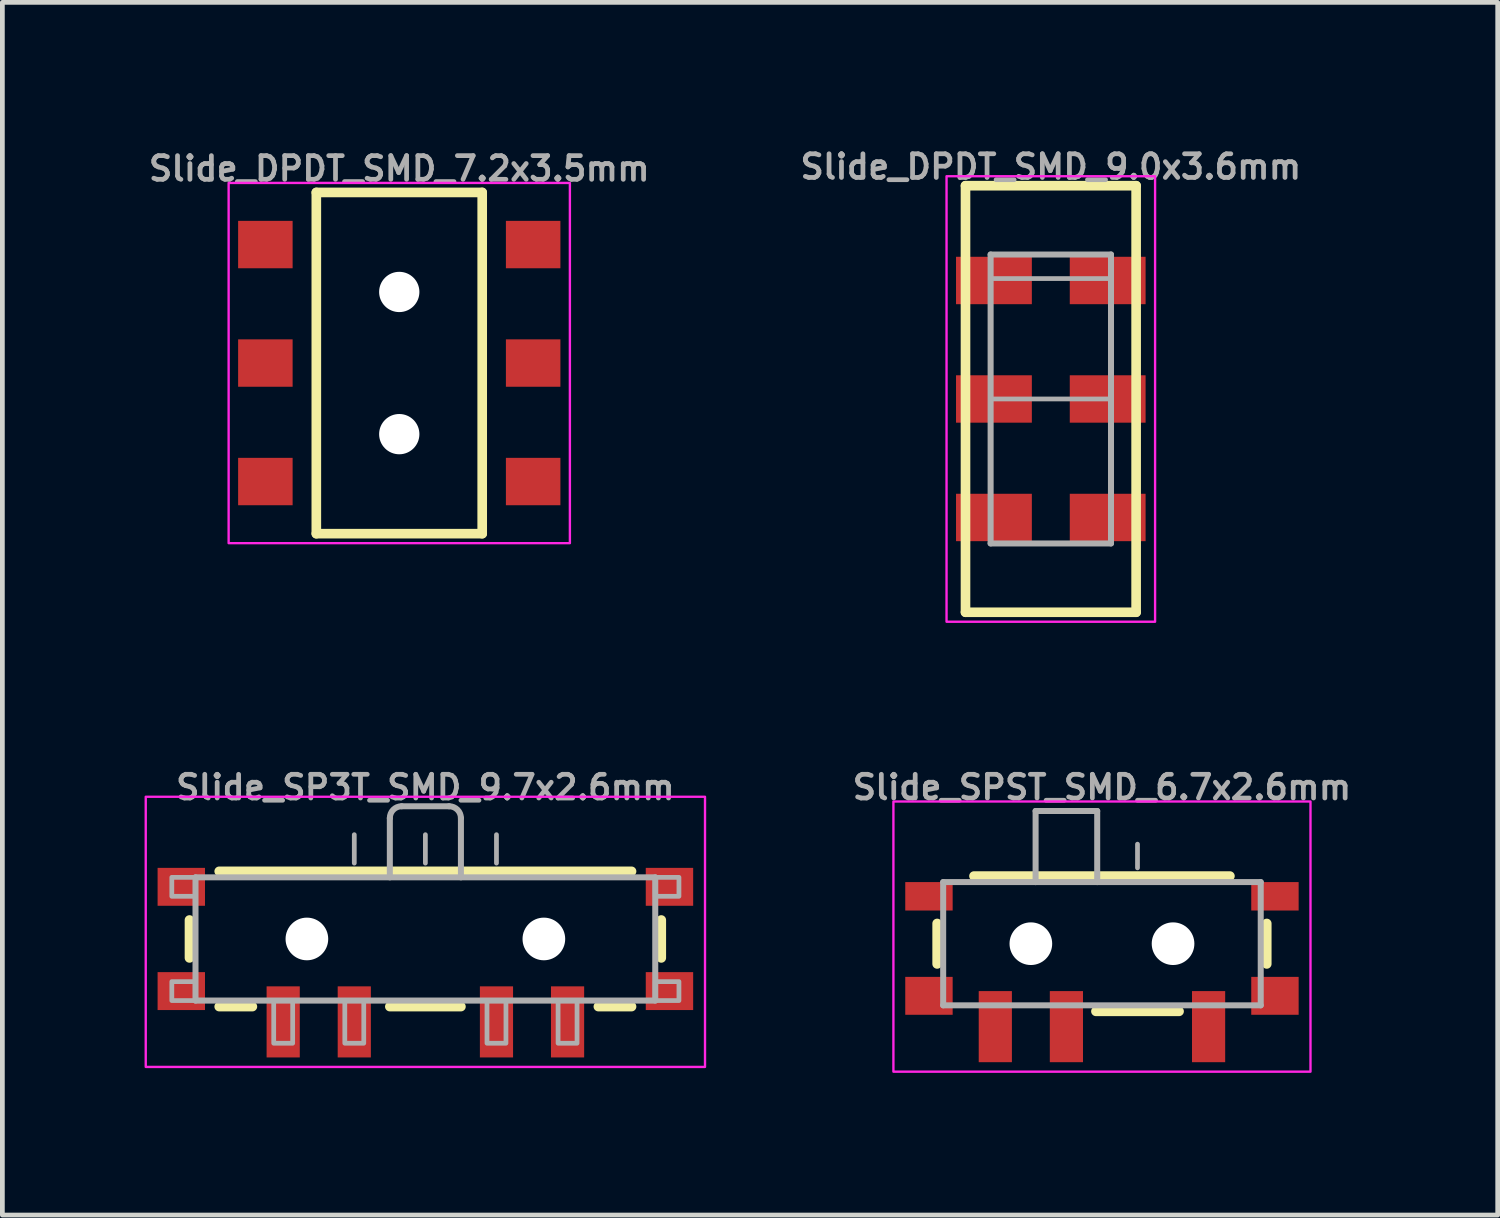
<source format=kicad_pcb>
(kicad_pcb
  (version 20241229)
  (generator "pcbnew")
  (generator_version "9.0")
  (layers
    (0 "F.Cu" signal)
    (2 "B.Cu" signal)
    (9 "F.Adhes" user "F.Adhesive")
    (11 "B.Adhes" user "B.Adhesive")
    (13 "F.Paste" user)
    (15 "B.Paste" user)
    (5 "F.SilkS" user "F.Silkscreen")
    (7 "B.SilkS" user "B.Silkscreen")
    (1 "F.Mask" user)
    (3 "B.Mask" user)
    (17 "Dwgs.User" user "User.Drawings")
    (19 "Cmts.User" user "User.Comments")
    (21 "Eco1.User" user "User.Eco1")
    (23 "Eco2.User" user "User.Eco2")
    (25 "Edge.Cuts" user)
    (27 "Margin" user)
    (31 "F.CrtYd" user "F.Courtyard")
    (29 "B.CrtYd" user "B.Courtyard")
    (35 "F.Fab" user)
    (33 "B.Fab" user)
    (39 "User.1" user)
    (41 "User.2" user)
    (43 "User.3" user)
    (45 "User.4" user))
  (footprint "Slide_SP3T_SMD_9.7x2.6mm"
    (layer "F.Cu")
    (at 5.925 16.761)
    (property "Reference" "Slide_SP3T_SMD_9.7x2.6mm" (at 0 -3.2 0) (layer "F.Fab") (effects (font (size 0.5 0.5) (thickness 0.1))))
    (attr smd)
    (fp_line (start -4.977 0.4) (end -4.977 -0.4) (stroke (width 0.203) (type solid)) (layer "F.SilkS"))
    (fp_line (start -4.35 -1.427) (end 4.35 -1.427) (stroke (width 0.203) (type solid)) (layer "F.SilkS"))
    (fp_line (start -3.65 1.427) (end -4.35 1.427) (stroke (width 0.203) (type solid)) (layer "F.SilkS"))
    (fp_line (start 0.75 1.427) (end -0.75 1.427) (stroke (width 0.203) (type solid)) (layer "F.SilkS"))
    (fp_line (start 4.35 1.427) (end 3.65 1.427) (stroke (width 0.203) (type solid)) (layer "F.SilkS"))
    (fp_line (start 4.977 -0.4) (end 4.977 0.4) (stroke (width 0.203) (type solid)) (layer "F.SilkS"))
    (fp_rect (start -5.9 -3) (end 5.9 2.7) (stroke (width 0.05) (type default)) (fill no) (layer "F.CrtYd"))
    (fp_line (start -4.85 -1.3) (end 4.85 -1.3) (stroke (width 0.127) (type solid)) (layer "F.Fab"))
    (fp_line (start -4.85 1.3) (end -4.85 -1.3) (stroke (width 0.127) (type solid)) (layer "F.Fab"))
    (fp_line (start -1.5 -2.2) (end -1.5 -1.6) (stroke (width 0.1) (type default)) (layer "F.Fab"))
    (fp_line (start -0.75 -2.55) (end -0.75 -1.3) (stroke (width 0.127) (type solid)) (layer "F.Fab"))
    (fp_line (start 0 -2.2) (end 0 -1.6) (stroke (width 0.1) (type default)) (layer "F.Fab"))
    (fp_line (start 0.5 -2.8) (end -0.5 -2.8) (stroke (width 0.127) (type solid)) (layer "F.Fab"))
    (fp_line (start 0.75 -1.3) (end 0.75 -2.55) (stroke (width 0.127) (type solid)) (layer "F.Fab"))
    (fp_line (start 1.5 -2.2) (end 1.5 -1.6) (stroke (width 0.1) (type default)) (layer "F.Fab"))
    (fp_line (start 4.85 -1.3) (end 4.85 1.3) (stroke (width 0.127) (type solid)) (layer "F.Fab"))
    (fp_line (start 4.85 1.3) (end -4.85 1.3) (stroke (width 0.127) (type solid)) (layer "F.Fab"))
    (fp_arc (start -0.75 -2.55) (mid -0.676777 -2.726777) (end -0.5 -2.8) (stroke (width 0.127) (type solid)) (layer "F.Fab"))
    (fp_arc (start 0.5 -2.8) (mid 0.676777 -2.726777) (end 0.75 -2.55) (stroke (width 0.127) (type solid)) (layer "F.Fab"))
    (fp_poly (pts (xy -4.85 -1.3) (xy -5.35 -1.3) (xy -5.35 -0.9) (xy -4.85 -0.9)) (stroke (width 0.1) (type default)) (fill no) (layer "F.Fab"))
    (fp_poly (pts (xy -4.85 0.9) (xy -5.35 0.9) (xy -5.35 1.3) (xy -4.85 1.3)) (stroke (width 0.1) (type default)) (fill no) (layer "F.Fab"))
    (fp_poly (pts (xy -3.2 2.2) (xy -2.8 2.2) (xy -2.8 1.3) (xy -3.2 1.3)) (stroke (width 0.1) (type default)) (fill no) (layer "F.Fab"))
    (fp_poly (pts (xy -1.7 2.2) (xy -1.3 2.2) (xy -1.3 1.3) (xy -1.7 1.3)) (stroke (width 0.1) (type default)) (fill no) (layer "F.Fab"))
    (fp_poly (pts (xy 1.3 2.2) (xy 1.7 2.2) (xy 1.7 1.3) (xy 1.3 1.3)) (stroke (width 0.1) (type default)) (fill no) (layer "F.Fab"))
    (fp_poly (pts (xy 2.8 2.2) (xy 3.2 2.2) (xy 3.2 1.3) (xy 2.8 1.3)) (stroke (width 0.1) (type default)) (fill no) (layer "F.Fab"))
    (fp_poly (pts (xy 4.85 -0.9) (xy 5.35 -0.9) (xy 5.35 -1.3) (xy 4.85 -1.3)) (stroke (width 0.1) (type default)) (fill no) (layer "F.Fab"))
    (fp_poly (pts (xy 4.85 1.3) (xy 5.35 1.3) (xy 5.35 0.9) (xy 4.85 0.9)) (stroke (width 0.1) (type default)) (fill no) (layer "F.Fab"))
    (pad "" np_thru_hole circle (at -2.5 0) (size 0.9 0.9) (drill 0.9) (layers "*.Cu" "*.Mask"))
    (pad "" np_thru_hole circle (at 2.5 0) (size 0.9 0.9) (drill 0.9) (layers "*.Cu" "*.Mask"))
    (pad "1" smd rect (at 3 1.75 180) (size 0.7 1.5) (layers "F.Cu" "F.Mask" "F.Paste"))
    (pad "2" smd rect (at 1.5 1.75 180) (size 0.7 1.5) (layers "F.Cu" "F.Mask" "F.Paste"))
    (pad "3" smd rect (at -1.5 1.75 180) (size 0.7 1.5) (layers "F.Cu" "F.Mask" "F.Paste"))
    (pad "4" smd rect (at -3 1.75 180) (size 0.7 1.5) (layers "F.Cu" "F.Mask" "F.Paste"))
    (pad "MT1" smd rect (at -5.15 -1.1 180) (size 1 0.8) (layers "F.Cu" "F.Mask" "F.Paste"))
    (pad "MT2" smd rect (at -5.15 1.1 180) (size 1 0.8) (layers "F.Cu" "F.Mask" "F.Paste"))
    (pad "MT3" smd rect (at 5.15 1.1 180) (size 1 0.8) (layers "F.Cu" "F.Mask" "F.Paste"))
    (pad "MT4" smd rect (at 5.15 -1.1 180) (size 1 0.8) (layers "F.Cu" "F.Mask" "F.Paste")))
  (footprint "Slide_SPST_SMD_6.7x2.6mm"
    (layer "F.Cu")
    (at 20.2 16.861)
    (property "Reference" "Slide_SPST_SMD_6.7x2.6mm" (at 0 -3.3 0) (layer "F.Fab") (effects (font (size 0.5 0.5) (thickness 0.1))))
    (attr smd)
    (fp_line (start -3.477 -0.427) (end -3.477 0.427) (stroke (width 0.203) (type solid)) (layer "F.SilkS"))
    (fp_line (start 1.627 1.427) (end -0.127 1.427) (stroke (width 0.203) (type solid)) (layer "F.SilkS"))
    (fp_line (start 2.7 -1.427) (end -2.7 -1.427) (stroke (width 0.203) (type solid)) (layer "F.SilkS"))
    (fp_line (start 3.477 -0.427) (end 3.477 0.427) (stroke (width 0.203) (type solid)) (layer "F.SilkS"))
    (fp_rect (start 4.4 -3) (end -4.4 2.7) (stroke (width 0.05) (type default)) (fill no) (layer "F.CrtYd"))
    (fp_line (start -3.35 -1.3) (end -3.35 1.3) (stroke (width 0.127) (type solid)) (layer "F.Fab"))
    (fp_line (start -3.35 1.3) (end 3.35 1.3) (stroke (width 0.127) (type solid)) (layer "F.Fab"))
    (fp_line (start -1.4 -2.8) (end -1.4 -1.3) (stroke (width 0.127) (type solid)) (layer "F.Fab"))
    (fp_line (start -1.4 -1.3) (end -3.35 -1.3) (stroke (width 0.127) (type solid)) (layer "F.Fab"))
    (fp_line (start -0.1 -2.8) (end -1.4 -2.8) (stroke (width 0.127) (type solid)) (layer "F.Fab"))
    (fp_line (start -0.1 -1.3) (end -1.4 -1.3) (stroke (width 0.127) (type solid)) (layer "F.Fab"))
    (fp_line (start -0.1 -1.3) (end -0.1 -2.8) (stroke (width 0.127) (type solid)) (layer "F.Fab"))
    (fp_line (start 0.75 -1.6) (end 0.75 -2.1) (stroke (width 0.1) (type default)) (layer "F.Fab"))
    (fp_line (start 3.35 -1.3) (end -0.1 -1.3) (stroke (width 0.127) (type solid)) (layer "F.Fab"))
    (fp_line (start 3.35 1.3) (end 3.35 -1.3) (stroke (width 0.127) (type solid)) (layer "F.Fab"))
    (pad "" np_thru_hole circle (at -1.5 0) (size 0.9 0.9) (drill 0.9) (layers "*.Cu" "*.Mask"))
    (pad "" np_thru_hole circle (at 1.5 0) (size 0.9 0.9) (drill 0.9) (layers "*.Cu" "*.Mask"))
    (pad "1" smd rect (at -2.25 1.75 180) (size 0.7 1.5) (layers "F.Cu" "F.Mask" "F.Paste"))
    (pad "2" smd rect (at -0.75 1.75 180) (size 0.7 1.5) (layers "F.Cu" "F.Mask" "F.Paste"))
    (pad "3" smd rect (at 2.25 1.75 180) (size 0.7 1.5) (layers "F.Cu" "F.Mask" "F.Paste"))
    (pad "MT1" smd rect (at -3.65 -1) (size 1 0.6) (layers "F.Cu" "F.Mask" "F.Paste"))
    (pad "MT2" smd rect (at -3.65 1.1) (size 1 0.8) (layers "F.Cu" "F.Mask" "F.Paste"))
    (pad "MT3" smd rect (at 3.65 1.1) (size 1 0.8) (layers "F.Cu" "F.Mask" "F.Paste"))
    (pad "MT4" smd rect (at 3.65 -1) (size 1 0.6) (layers "F.Cu" "F.Mask" "F.Paste")))
  (footprint "Slide_DPDT_SMD_9.0x3.6mm"
    (layer "F.Cu")
    (at 19.121 5.368)
    (property "Reference" "Slide_DPDT_SMD_9.0x3.6mm" (at 0 -4.9 0) (layer "F.Fab") (effects (font (size 0.5 0.5) (thickness 0.1))))
    (attr smd)
    (fp_line (start -1.8 -4.5) (end 1.8 -4.5) (stroke (width 0.203) (type solid)) (layer "F.SilkS"))
    (fp_line (start -1.8 4.5) (end -1.8 -4.5) (stroke (width 0.203) (type solid)) (layer "F.SilkS"))
    (fp_line (start 1.8 -4.5) (end 1.8 4.5) (stroke (width 0.203) (type solid)) (layer "F.SilkS"))
    (fp_line (start 1.8 4.5) (end -1.8 4.5) (stroke (width 0.203) (type solid)) (layer "F.SilkS"))
    (fp_rect (start 2.2 -4.7) (end -2.2 4.7) (stroke (width 0.05) (type default)) (fill no) (layer "F.CrtYd"))
    (fp_line (start -1.27 -3.048) (end 1.27 -3.048) (stroke (width 0.127) (type solid)) (layer "F.Fab"))
    (fp_line (start -1.27 3.048) (end -1.27 -3.048) (stroke (width 0.127) (type solid)) (layer "F.Fab"))
    (fp_line (start 1.27 -3.048) (end 1.27 3.048) (stroke (width 0.127) (type solid)) (layer "F.Fab"))
    (fp_line (start 1.27 3.048) (end -1.27 3.048) (stroke (width 0.127) (type solid)) (layer "F.Fab"))
    (fp_poly (pts (xy -1.27 -2.54) (xy -1.27 0) (xy 1.27 0) (xy 1.27 -2.54)) (stroke (width 0.1) (type default)) (fill no) (layer "F.Fab"))
    (pad "1" smd rect (at -1.2 2.5 270) (size 1 1.6) (layers "F.Cu" "F.Mask" "F.Paste"))
    (pad "2" smd rect (at -1.2 0 270) (size 1 1.6) (layers "F.Cu" "F.Mask" "F.Paste"))
    (pad "3" smd rect (at -1.2 -2.5 270) (size 1 1.6) (layers "F.Cu" "F.Mask" "F.Paste"))
    (pad "4" smd rect (at 1.2 2.5 270) (size 1 1.6) (layers "F.Cu" "F.Mask" "F.Paste"))
    (pad "5" smd rect (at 1.2 0 270) (size 1 1.6) (layers "F.Cu" "F.Mask" "F.Paste"))
    (pad "6" smd rect (at 1.2 -2.5 270) (size 1 1.6) (layers "F.Cu" "F.Mask" "F.Paste")))
  (footprint "Slide_DPDT_SMD_7.2x3.5mm"
    (layer "F.Cu")
    (at 5.374 4.61)
    (property "Reference" "Slide_DPDT_SMD_7.2x3.5mm" (at 0 -3.81 180) (layer "F.Fab") (effects (font (size 0.5 0.5) (thickness 0.1)) (justify bottom)))
    (attr smd)
    (fp_line (start -1.75 -3.6) (end -1.75 3.6) (stroke (width 0.203) (type solid)) (layer "F.SilkS"))
    (fp_line (start -1.75 3.6) (end 1.75 3.6) (stroke (width 0.203) (type solid)) (layer "F.SilkS"))
    (fp_line (start 1.75 -3.6) (end -1.75 -3.6) (stroke (width 0.203) (type solid)) (layer "F.SilkS"))
    (fp_line (start 1.75 3.6) (end 1.75 -3.6) (stroke (width 0.203) (type solid)) (layer "F.SilkS"))
    (fp_rect (start -3.6 -3.8) (end 3.6 3.8) (stroke (width 0.05) (type default)) (fill no) (layer "F.CrtYd"))
    (pad "" np_thru_hole circle (at 0 -1.5 90) (size 0.85 0.85) (drill 0.85) (layers "*.Cu" "*.Mask"))
    (pad "" np_thru_hole circle (at 0 1.5 90) (size 0.85 0.85) (drill 0.85) (layers "*.Cu" "*.Mask"))
    (pad "1" smd rect (at -2.825 2.5 90) (size 1 1.15) (layers "F.Cu" "F.Mask" "F.Paste"))
    (pad "2" smd rect (at -2.825 0 90) (size 1 1.15) (layers "F.Cu" "F.Mask" "F.Paste"))
    (pad "3" smd rect (at -2.825 -2.5 90) (size 1 1.15) (layers "F.Cu" "F.Mask" "F.Paste"))
    (pad "4" smd rect (at 2.825 2.5 90) (size 1 1.15) (layers "F.Cu" "F.Mask" "F.Paste"))
    (pad "5" smd rect (at 2.825 0 90) (size 1 1.15) (layers "F.Cu" "F.Mask" "F.Paste"))
    (pad "6" smd rect (at 2.825 -2.5 90) (size 1 1.15) (layers "F.Cu" "F.Mask" "F.Paste")))
  (gr_rect
    (start -3 -3)
    (end 28.55 22.586)
    (stroke (width 0.1) (type default))
    (fill no)
    (layer "Edge.Cuts")))
</source>
